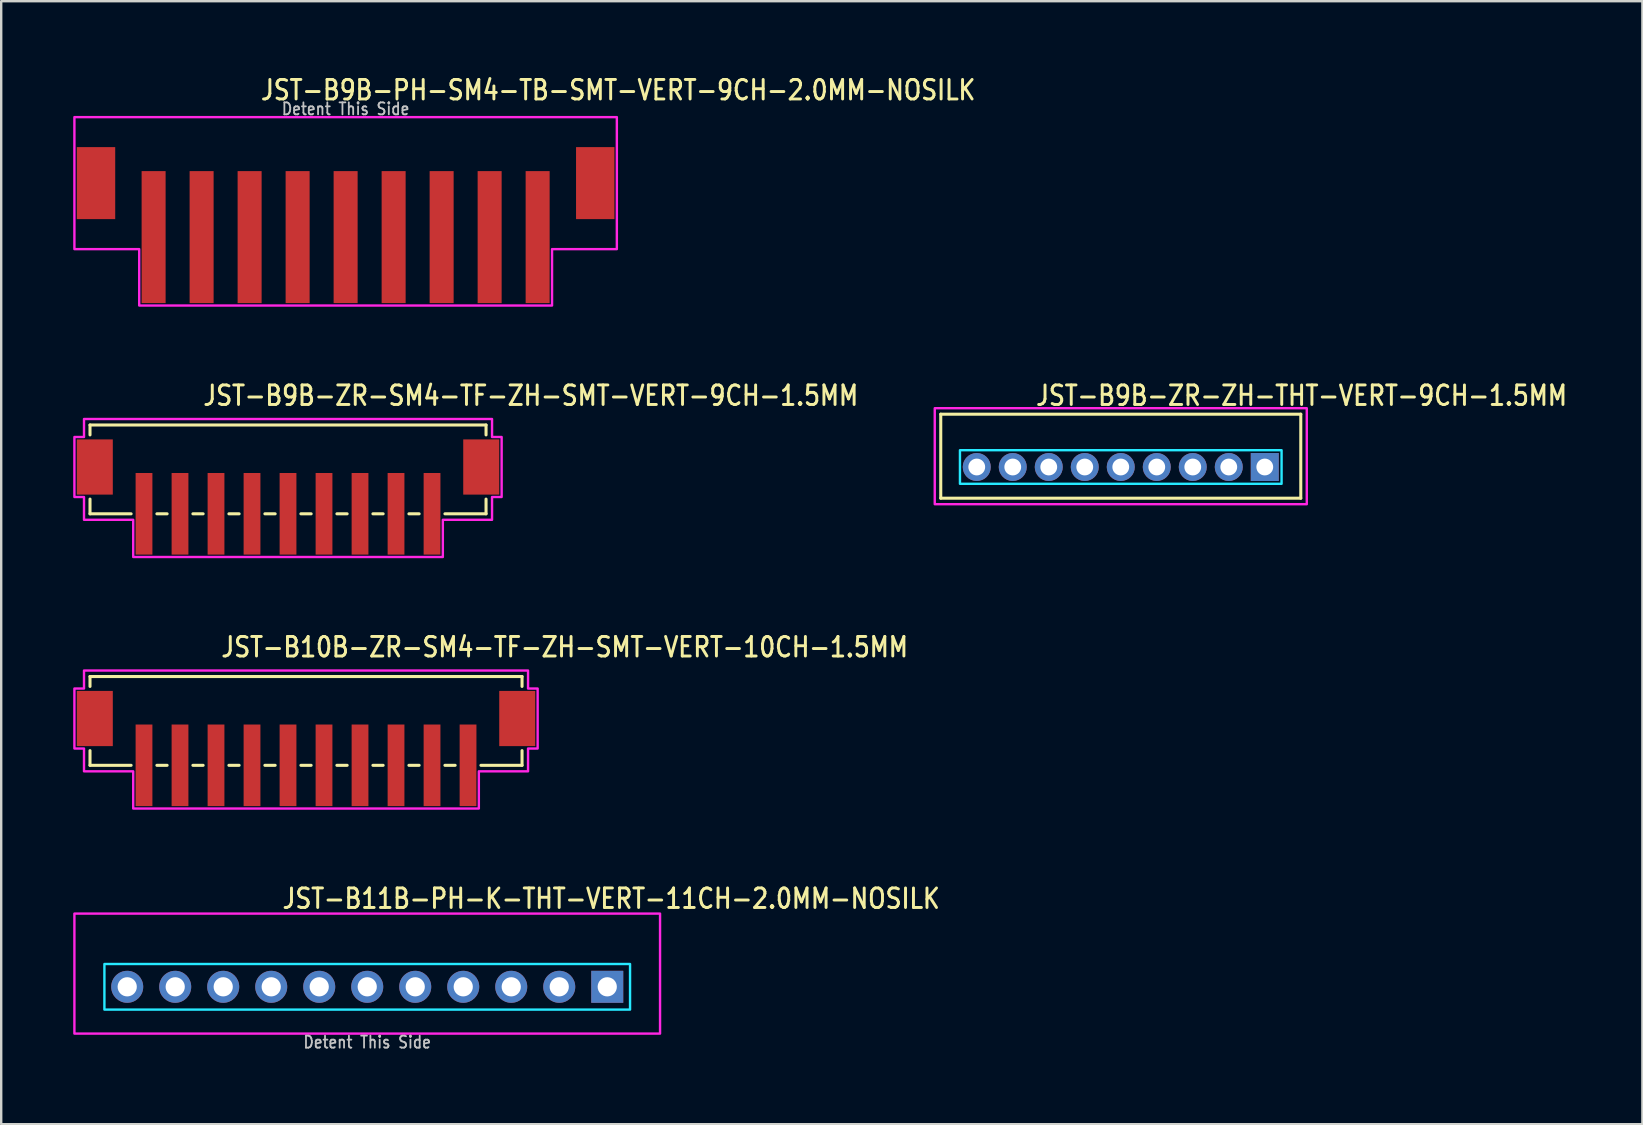
<source format=kicad_pcb>
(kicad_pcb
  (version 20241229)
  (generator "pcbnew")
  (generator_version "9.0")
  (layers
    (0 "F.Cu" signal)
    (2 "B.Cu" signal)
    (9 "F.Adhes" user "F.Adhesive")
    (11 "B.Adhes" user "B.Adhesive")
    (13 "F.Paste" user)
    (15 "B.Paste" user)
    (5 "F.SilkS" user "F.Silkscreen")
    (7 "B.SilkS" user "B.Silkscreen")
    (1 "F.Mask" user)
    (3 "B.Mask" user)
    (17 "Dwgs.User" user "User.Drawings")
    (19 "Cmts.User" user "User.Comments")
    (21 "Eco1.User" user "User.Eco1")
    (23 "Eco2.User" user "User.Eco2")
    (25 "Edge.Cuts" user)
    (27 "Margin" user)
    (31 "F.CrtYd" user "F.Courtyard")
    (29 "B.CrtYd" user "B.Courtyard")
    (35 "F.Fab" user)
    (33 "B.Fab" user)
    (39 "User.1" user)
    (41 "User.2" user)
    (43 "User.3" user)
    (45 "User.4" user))
  (footprint "JST-B9B-PH-SM4-TB-SMT-VERT-9CH-2.0MM-NOSILK"
    (layer "F.Cu")
    (at 11.35 4.579)
    (property "Reference" "JST-B9B-PH-SM4-TB-SMT-VERT-9CH-2.0MM-NOSILK" (at -3.6 -3.4 0) (unlocked yes) (layer "F.SilkS") (effects (font (size 0.813 0.695) (thickness 0.122)) (justify left bottom)))
    (fp_poly (pts (xy -11.3 -2.75) (xy -11.3 2.75) (xy -8.6 2.75) (xy -8.6 5.1) (xy 8.6 5.1) (xy 8.6 2.75) (xy 11.3 2.75) (xy 11.3 -2.75)) (stroke (width 0.1) (type solid)) (fill no) (layer "F.CrtYd"))
    (fp_text user "Detent This Side" (at 0 -2.8 0) (unlocked yes) (layer "Dwgs.User") (effects (font (size 0.5 0.427) (thickness 0.075)) (justify bottom)))
    (pad "P$1" smd rect (at -8 2.25) (size 1 5.5) (layers "F.Cu" "F.Mask" "F.Paste"))
    (pad "P$2" smd rect (at -6 2.25) (size 1 5.5) (layers "F.Cu" "F.Mask" "F.Paste"))
    (pad "P$3" smd rect (at -4 2.25) (size 1 5.5) (layers "F.Cu" "F.Mask" "F.Paste"))
    (pad "P$4" smd rect (at -2 2.25) (size 1 5.5) (layers "F.Cu" "F.Mask" "F.Paste"))
    (pad "P$5" smd rect (at 0 2.25) (size 1 5.5) (layers "F.Cu" "F.Mask" "F.Paste"))
    (pad "P$6" smd rect (at 2 2.25) (size 1 5.5) (layers "F.Cu" "F.Mask" "F.Paste"))
    (pad "P$7" smd rect (at 4 2.25) (size 1 5.5) (layers "F.Cu" "F.Mask" "F.Paste"))
    (pad "P$8" smd rect (at 6 2.25) (size 1 5.5) (layers "F.Cu" "F.Mask" "F.Paste"))
    (pad "P$9" smd rect (at 8 2.25) (size 1 5.5) (layers "F.Cu" "F.Mask" "F.Paste"))
    (pad "S$1" smd rect (at -10.4 0) (size 1.6 3) (layers "F.Cu" "F.Mask" "F.Paste"))
    (pad "S$2" smd rect (at 10.4 0) (size 1.6 3) (layers "F.Cu" "F.Mask" "F.Paste")))
  (footprint "JST-B9B-ZR-ZH-THT-VERT-9CH-1.5MM"
    (layer "F.Cu")
    (at 43.645 16.407)
    (property "Reference" "JST-B9B-ZR-ZH-THT-VERT-9CH-1.5MM" (at -3.6 -2.5 0) (unlocked yes) (layer "F.SilkS") (effects (font (size 0.813 0.695) (thickness 0.122)) (justify left bottom)))
    (fp_line (start -7.5 -2.2) (end 7.5 -2.2) (stroke (width 0.127) (type solid)) (layer "F.SilkS"))
    (fp_line (start -7.5 1.3) (end -7.5 -2.2) (stroke (width 0.127) (type solid)) (layer "F.SilkS"))
    (fp_line (start -7.5 1.3) (end 7.5 1.3) (stroke (width 0.127) (type solid)) (layer "F.SilkS"))
    (fp_line (start 7.5 -2.2) (end 7.5 1.3) (stroke (width 0.127) (type solid)) (layer "F.SilkS"))
    (fp_poly (pts (xy -6.7 -0.7) (xy -6.7 0.7) (xy 6.7 0.7) (xy 6.7 -0.7)) (stroke (width 0.1) (type solid)) (fill no) (layer "B.CrtYd"))
    (fp_poly (pts (xy -7.75 -2.45) (xy -7.75 1.55) (xy 7.75 1.55) (xy 7.75 -2.45)) (stroke (width 0.1) (type solid)) (fill no) (layer "F.CrtYd"))
    (pad "P$1" thru_hole rect (at 6 0) (size 1.167 1.167) (drill 0.7) (layers "*.Cu" "*.Mask"))
    (pad "P$2" thru_hole oval (at 4.5 0) (size 1.167 1.167) (drill 0.7) (layers "*.Cu" "*.Mask"))
    (pad "P$3" thru_hole oval (at 3 0) (size 1.167 1.167) (drill 0.7) (layers "*.Cu" "*.Mask"))
    (pad "P$4" thru_hole oval (at 1.5 0) (size 1.167 1.167) (drill 0.7) (layers "*.Cu" "*.Mask"))
    (pad "P$5" thru_hole oval (at 0 0) (size 1.167 1.167) (drill 0.7) (layers "*.Cu" "*.Mask"))
    (pad "P$6" thru_hole oval (at -1.5 0) (size 1.167 1.167) (drill 0.7) (layers "*.Cu" "*.Mask"))
    (pad "P$7" thru_hole oval (at -3 0) (size 1.167 1.167) (drill 0.7) (layers "*.Cu" "*.Mask"))
    (pad "P$8" thru_hole oval (at -4.5 0) (size 1.167 1.167) (drill 0.7) (layers "*.Cu" "*.Mask"))
    (pad "P$9" thru_hole oval (at -6 0) (size 1.167 1.167) (drill 0.7) (layers "*.Cu" "*.Mask")))
  (footprint "JST-B10B-ZR-SM4-TF-ZH-SMT-VERT-10CH-1.5MM"
    (layer "F.Cu")
    (at 9.7 26.886)
    (property "Reference" "JST-B10B-ZR-SM4-TF-ZH-SMT-VERT-10CH-1.5MM" (at -3.6 -2.5 0) (unlocked yes) (layer "F.SilkS") (effects (font (size 0.813 0.695) (thickness 0.122)) (justify left bottom)))
    (fp_line (start -9 -1.75) (end -9 -1.337) (stroke (width 0.127) (type solid)) (layer "F.SilkS"))
    (fp_line (start -9 -1.75) (end 9 -1.75) (stroke (width 0.127) (type solid)) (layer "F.SilkS"))
    (fp_line (start -9 1.95) (end -9 1.337) (stroke (width 0.127) (type solid)) (layer "F.SilkS"))
    (fp_line (start -9 1.95) (end -7.287 1.95) (stroke (width 0.127) (type solid)) (layer "F.SilkS"))
    (fp_line (start -6.213 1.95) (end -5.787 1.95) (stroke (width 0.127) (type solid)) (layer "F.SilkS"))
    (fp_line (start -4.713 1.95) (end -4.287 1.95) (stroke (width 0.127) (type solid)) (layer "F.SilkS"))
    (fp_line (start -3.213 1.95) (end -2.787 1.95) (stroke (width 0.127) (type solid)) (layer "F.SilkS"))
    (fp_line (start -1.714 1.95) (end -1.286 1.95) (stroke (width 0.127) (type solid)) (layer "F.SilkS"))
    (fp_line (start -0.213 1.95) (end 0.213 1.95) (stroke (width 0.127) (type solid)) (layer "F.SilkS"))
    (fp_line (start 1.286 1.95) (end 1.714 1.95) (stroke (width 0.127) (type solid)) (layer "F.SilkS"))
    (fp_line (start 2.787 1.95) (end 3.213 1.95) (stroke (width 0.127) (type solid)) (layer "F.SilkS"))
    (fp_line (start 4.287 1.95) (end 4.713 1.95) (stroke (width 0.127) (type solid)) (layer "F.SilkS"))
    (fp_line (start 5.787 1.95) (end 6.213 1.95) (stroke (width 0.127) (type solid)) (layer "F.SilkS"))
    (fp_line (start 7.287 1.95) (end 9 1.95) (stroke (width 0.127) (type solid)) (layer "F.SilkS"))
    (fp_line (start 9 -1.337) (end 9 -1.75) (stroke (width 0.127) (type solid)) (layer "F.SilkS"))
    (fp_line (start 9 1.337) (end 9 1.95) (stroke (width 0.127) (type solid)) (layer "F.SilkS"))
    (fp_poly (pts (xy -9.25 -2) (xy -9.25 -1.25) (xy -9.65 -1.25) (xy -9.65 1.25) (xy -9.25 1.25) (xy -9.25 2.2) (xy -7.2 2.2) (xy -7.2 3.75) (xy 7.2 3.75) (xy 7.2 2.2) (xy 9.25 2.2) (xy 9.25 1.25) (xy 9.65 1.25) (xy 9.65 -1.25) (xy 9.25 -1.25) (xy 9.25 -2)) (stroke (width 0.1) (type solid)) (fill no) (layer "F.CrtYd"))
    (pad "P$1" smd rect (at -6.75 1.95) (size 0.7 3.4) (layers "F.Cu" "F.Mask" "F.Paste"))
    (pad "P$2" smd rect (at -5.25 1.95) (size 0.7 3.4) (layers "F.Cu" "F.Mask" "F.Paste"))
    (pad "P$3" smd rect (at -3.75 1.95) (size 0.7 3.4) (layers "F.Cu" "F.Mask" "F.Paste"))
    (pad "P$4" smd rect (at -2.25 1.95) (size 0.7 3.4) (layers "F.Cu" "F.Mask" "F.Paste"))
    (pad "P$5" smd rect (at -0.75 1.95) (size 0.7 3.4) (layers "F.Cu" "F.Mask" "F.Paste"))
    (pad "P$6" smd rect (at 0.75 1.95) (size 0.7 3.4) (layers "F.Cu" "F.Mask" "F.Paste"))
    (pad "P$7" smd rect (at 2.25 1.95) (size 0.7 3.4) (layers "F.Cu" "F.Mask" "F.Paste"))
    (pad "P$8" smd rect (at 3.75 1.95) (size 0.7 3.4) (layers "F.Cu" "F.Mask" "F.Paste"))
    (pad "P$9" smd rect (at 5.25 1.95) (size 0.7 3.4) (layers "F.Cu" "F.Mask" "F.Paste"))
    (pad "P$10" smd rect (at 6.75 1.95) (size 0.7 3.4) (layers "F.Cu" "F.Mask" "F.Paste"))
    (pad "S$11" smd rect (at 8.8 0) (size 1.5 2.3) (layers "F.Cu" "F.Mask" "F.Paste"))
    (pad "S$12" smd rect (at -8.8 0) (size 1.5 2.3) (layers "F.Cu" "F.Mask" "F.Paste")))
  (footprint "JST-B9B-ZR-SM4-TF-ZH-SMT-VERT-9CH-1.5MM"
    (layer "F.Cu")
    (at 8.95 16.407)
    (property "Reference" "JST-B9B-ZR-SM4-TF-ZH-SMT-VERT-9CH-1.5MM" (at -3.6 -2.5 0) (unlocked yes) (layer "F.SilkS") (effects (font (size 0.813 0.695) (thickness 0.122)) (justify left bottom)))
    (fp_line (start -8.25 -1.75) (end -8.25 -1.337) (stroke (width 0.127) (type solid)) (layer "F.SilkS"))
    (fp_line (start -8.25 -1.75) (end 8.25 -1.75) (stroke (width 0.127) (type solid)) (layer "F.SilkS"))
    (fp_line (start -8.25 1.95) (end -8.25 1.337) (stroke (width 0.127) (type solid)) (layer "F.SilkS"))
    (fp_line (start -8.25 1.95) (end -6.537 1.95) (stroke (width 0.127) (type solid)) (layer "F.SilkS"))
    (fp_line (start -5.463 1.95) (end -5.037 1.95) (stroke (width 0.127) (type solid)) (layer "F.SilkS"))
    (fp_line (start -3.963 1.95) (end -3.537 1.95) (stroke (width 0.127) (type solid)) (layer "F.SilkS"))
    (fp_line (start -2.463 1.95) (end -2.037 1.95) (stroke (width 0.127) (type solid)) (layer "F.SilkS"))
    (fp_line (start -0.964 1.95) (end -0.536 1.95) (stroke (width 0.127) (type solid)) (layer "F.SilkS"))
    (fp_line (start 0.536 1.95) (end 0.964 1.95) (stroke (width 0.127) (type solid)) (layer "F.SilkS"))
    (fp_line (start 2.037 1.95) (end 2.463 1.95) (stroke (width 0.127) (type solid)) (layer "F.SilkS"))
    (fp_line (start 3.537 1.95) (end 3.963 1.95) (stroke (width 0.127) (type solid)) (layer "F.SilkS"))
    (fp_line (start 5.037 1.95) (end 5.463 1.95) (stroke (width 0.127) (type solid)) (layer "F.SilkS"))
    (fp_line (start 6.537 1.95) (end 8.25 1.95) (stroke (width 0.127) (type solid)) (layer "F.SilkS"))
    (fp_line (start 8.25 -1.337) (end 8.25 -1.75) (stroke (width 0.127) (type solid)) (layer "F.SilkS"))
    (fp_line (start 8.25 1.337) (end 8.25 1.95) (stroke (width 0.127) (type solid)) (layer "F.SilkS"))
    (fp_poly (pts (xy -8.5 -2) (xy -8.5 -1.25) (xy -8.9 -1.25) (xy -8.9 1.25) (xy -8.5 1.25) (xy -8.5 2.2) (xy -6.45 2.2) (xy -6.45 3.75) (xy 6.45 3.75) (xy 6.45 2.2) (xy 8.5 2.2) (xy 8.5 1.25) (xy 8.9 1.25) (xy 8.9 -1.25) (xy 8.5 -1.25) (xy 8.5 -2)) (stroke (width 0.1) (type solid)) (fill no) (layer "F.CrtYd"))
    (pad "P$1" smd rect (at -6 1.95) (size 0.7 3.4) (layers "F.Cu" "F.Mask" "F.Paste"))
    (pad "P$2" smd rect (at -4.5 1.95) (size 0.7 3.4) (layers "F.Cu" "F.Mask" "F.Paste"))
    (pad "P$3" smd rect (at -3 1.95) (size 0.7 3.4) (layers "F.Cu" "F.Mask" "F.Paste"))
    (pad "P$4" smd rect (at -1.5 1.95) (size 0.7 3.4) (layers "F.Cu" "F.Mask" "F.Paste"))
    (pad "P$5" smd rect (at 0 1.95) (size 0.7 3.4) (layers "F.Cu" "F.Mask" "F.Paste"))
    (pad "P$6" smd rect (at 1.5 1.95) (size 0.7 3.4) (layers "F.Cu" "F.Mask" "F.Paste"))
    (pad "P$7" smd rect (at 3 1.95) (size 0.7 3.4) (layers "F.Cu" "F.Mask" "F.Paste"))
    (pad "P$8" smd rect (at 4.5 1.95) (size 0.7 3.4) (layers "F.Cu" "F.Mask" "F.Paste"))
    (pad "P$9" smd rect (at 6 1.95) (size 0.7 3.4) (layers "F.Cu" "F.Mask" "F.Paste"))
    (pad "S$10" smd rect (at 8.05 0) (size 1.5 2.3) (layers "F.Cu" "F.Mask" "F.Paste"))
    (pad "S$11" smd rect (at -8.05 0) (size 1.5 2.3) (layers "F.Cu" "F.Mask" "F.Paste")))
  (footprint "JST-B11B-PH-K-THT-VERT-11CH-2.0MM-NOSILK"
    (layer "F.Cu")
    (at 12.25 38.064)
    (property "Reference" "JST-B11B-PH-K-THT-VERT-11CH-2.0MM-NOSILK" (at -3.6 -3.2 0) (unlocked yes) (layer "F.SilkS") (effects (font (size 0.813 0.695) (thickness 0.122)) (justify left bottom)))
    (fp_poly (pts (xy -10.95 -0.95) (xy -10.95 0.95) (xy 10.95 0.95) (xy 10.95 -0.95)) (stroke (width 0.1) (type solid)) (fill no) (layer "B.CrtYd"))
    (fp_poly (pts (xy -12.2 1.95) (xy -12.2 -3.05) (xy 12.2 -3.05) (xy 12.2 1.95)) (stroke (width 0.1) (type solid)) (fill no) (layer "F.CrtYd"))
    (fp_text user "Detent This Side" (at 0 2.6 0) (unlocked yes) (layer "Dwgs.User") (effects (font (size 0.5 0.427) (thickness 0.075)) (justify bottom)))
    (pad "P$1" thru_hole rect (at 10 0) (size 1.333 1.333) (drill 0.8) (layers "*.Cu" "*.Mask"))
    (pad "P$2" thru_hole oval (at 8 0) (size 1.333 1.333) (drill 0.8) (layers "*.Cu" "*.Mask"))
    (pad "P$3" thru_hole oval (at 6 0) (size 1.333 1.333) (drill 0.8) (layers "*.Cu" "*.Mask"))
    (pad "P$4" thru_hole oval (at 4 0) (size 1.333 1.333) (drill 0.8) (layers "*.Cu" "*.Mask"))
    (pad "P$5" thru_hole oval (at 2 0) (size 1.333 1.333) (drill 0.8) (layers "*.Cu" "*.Mask"))
    (pad "P$6" thru_hole oval (at 0 0) (size 1.333 1.333) (drill 0.8) (layers "*.Cu" "*.Mask"))
    (pad "P$7" thru_hole oval (at -2 0) (size 1.333 1.333) (drill 0.8) (layers "*.Cu" "*.Mask"))
    (pad "P$8" thru_hole oval (at -4 0) (size 1.333 1.333) (drill 0.8) (layers "*.Cu" "*.Mask"))
    (pad "P$9" thru_hole oval (at -6 0) (size 1.333 1.333) (drill 0.8) (layers "*.Cu" "*.Mask"))
    (pad "P$10" thru_hole oval (at -8 0) (size 1.333 1.333) (drill 0.8) (layers "*.Cu" "*.Mask"))
    (pad "P$11" thru_hole oval (at -10 0) (size 1.333 1.333) (drill 0.8) (layers "*.Cu" "*.Mask")))
  (gr_rect
    (start -3 -3)
    (end 65.378 43.787)
    (stroke (width 0.1) (type default))
    (fill no)
    (layer "Edge.Cuts")))
</source>
